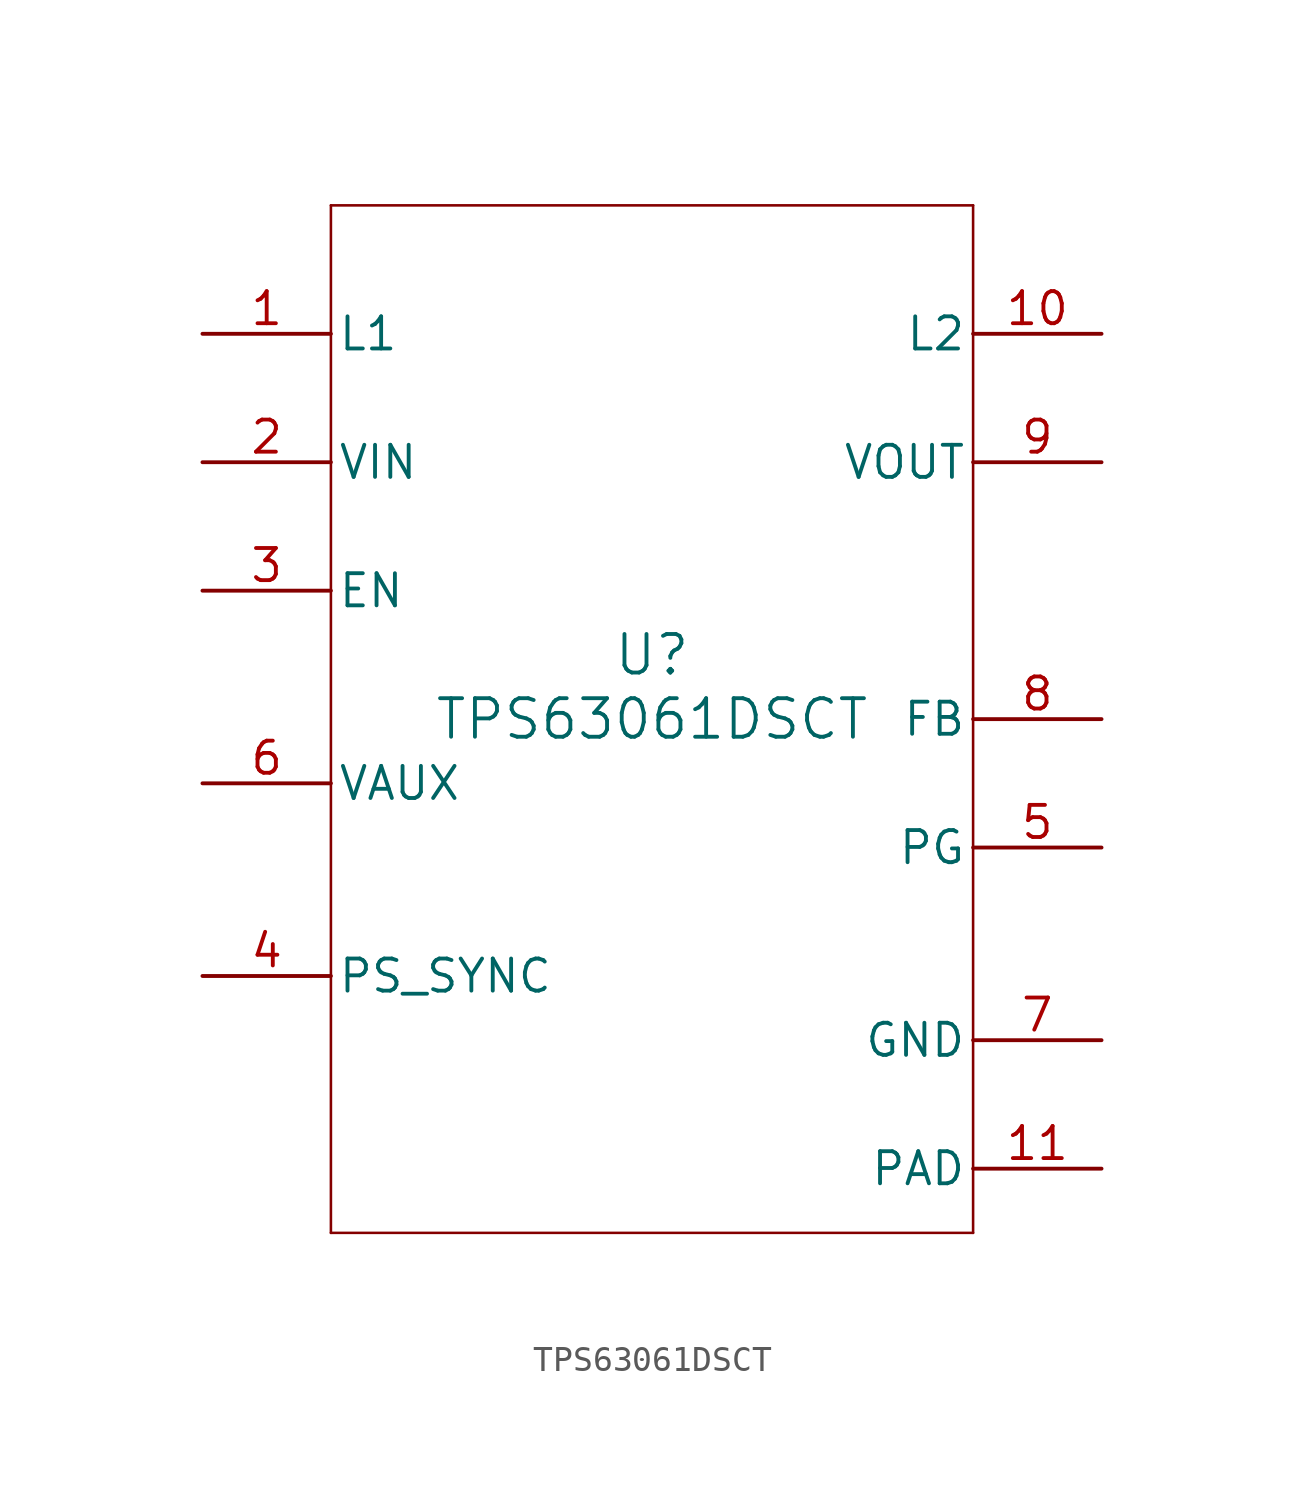
<source format=kicad_sym>
(kicad_symbol_lib
  (version 20211014)
  (generator kicad_symbol_editor)
  (symbol "TPS63061DSCT"
    (pin_names
      (offset 0.254))
    (property "Reference" "U"
      (at 0 2.54 0)
      (effects (font (size 1.524 1.524))))
    (property "Value" "TPS63061DSCT"
      (at 0 0 0)
      (effects (font (size 1.524 1.524))))
    (symbol "TPS63061DSCT_0_1"
      (polyline (pts (xy -12.7 -20.32) (xy 12.7 -20.32)) (stroke (width 0.102) (type default) (color 0 0 0 0)) (fill (type none)))
      (polyline (pts (xy 12.7 -20.32) (xy 12.7 20.32)) (stroke (width 0.102) (type default) (color 0 0 0 0)) (fill (type none)))
      (polyline (pts (xy 12.7 20.32) (xy -12.7 20.32)) (stroke (width 0.102) (type default) (color 0 0 0 0)) (fill (type none)))
      (polyline (pts (xy -12.7 20.32) (xy -12.7 -20.32)) (stroke (width 0.102) (type default) (color 0 0 0 0)) (fill (type none)))
      (pin input line (at -17.78 15.24 0) (length 5.08) (name "L1" (effects (font (size 1.27 1.27)))) (number "1" (effects (font (size 1.27 1.27)))))
      (pin power_in line (at -17.78 10.16 0) (length 5.08) (name "VIN" (effects (font (size 1.27 1.27)))) (number "2" (effects (font (size 1.27 1.27)))))
      (pin input line (at -17.78 5.08 0) (length 5.08) (name "EN" (effects (font (size 1.27 1.27)))) (number "3" (effects (font (size 1.27 1.27)))))
      (pin input line (at -17.78 -10.16 0) (length 5.08) (name "PS_SYNC" (effects (font (size 1.27 1.27)))) (number "4" (effects (font (size 1.27 1.27)))))
      (pin output line (at 17.78 -5.08 180) (length 5.08) (name "PG" (effects (font (size 1.27 1.27)))) (number "5" (effects (font (size 1.27 1.27)))))
      (pin input line (at -17.78 -2.54 0) (length 5.08) (name "VAUX" (effects (font (size 1.27 1.27)))) (number "6" (effects (font (size 1.27 1.27)))))
      (pin power_in line (at 17.78 -12.7 180) (length 5.08) (name "GND" (effects (font (size 1.27 1.27)))) (number "7" (effects (font (size 1.27 1.27)))))
      (pin input line (at 17.78 0 180) (length 5.08) (name "FB" (effects (font (size 1.27 1.27)))) (number "8" (effects (font (size 1.27 1.27)))))
      (pin power_in line (at 17.78 10.16 180) (length 5.08) (name "VOUT" (effects (font (size 1.27 1.27)))) (number "9" (effects (font (size 1.27 1.27)))))
      (pin input line (at 17.78 15.24 180) (length 5.08) (name "L2" (effects (font (size 1.27 1.27)))) (number "10" (effects (font (size 1.27 1.27)))))
      (pin power_in line (at 17.78 -17.78 180) (length 5.08) (name "PAD" (effects (font (size 1.27 1.27)))) (number "11" (effects (font (size 1.27 1.27))))))))
</source>
